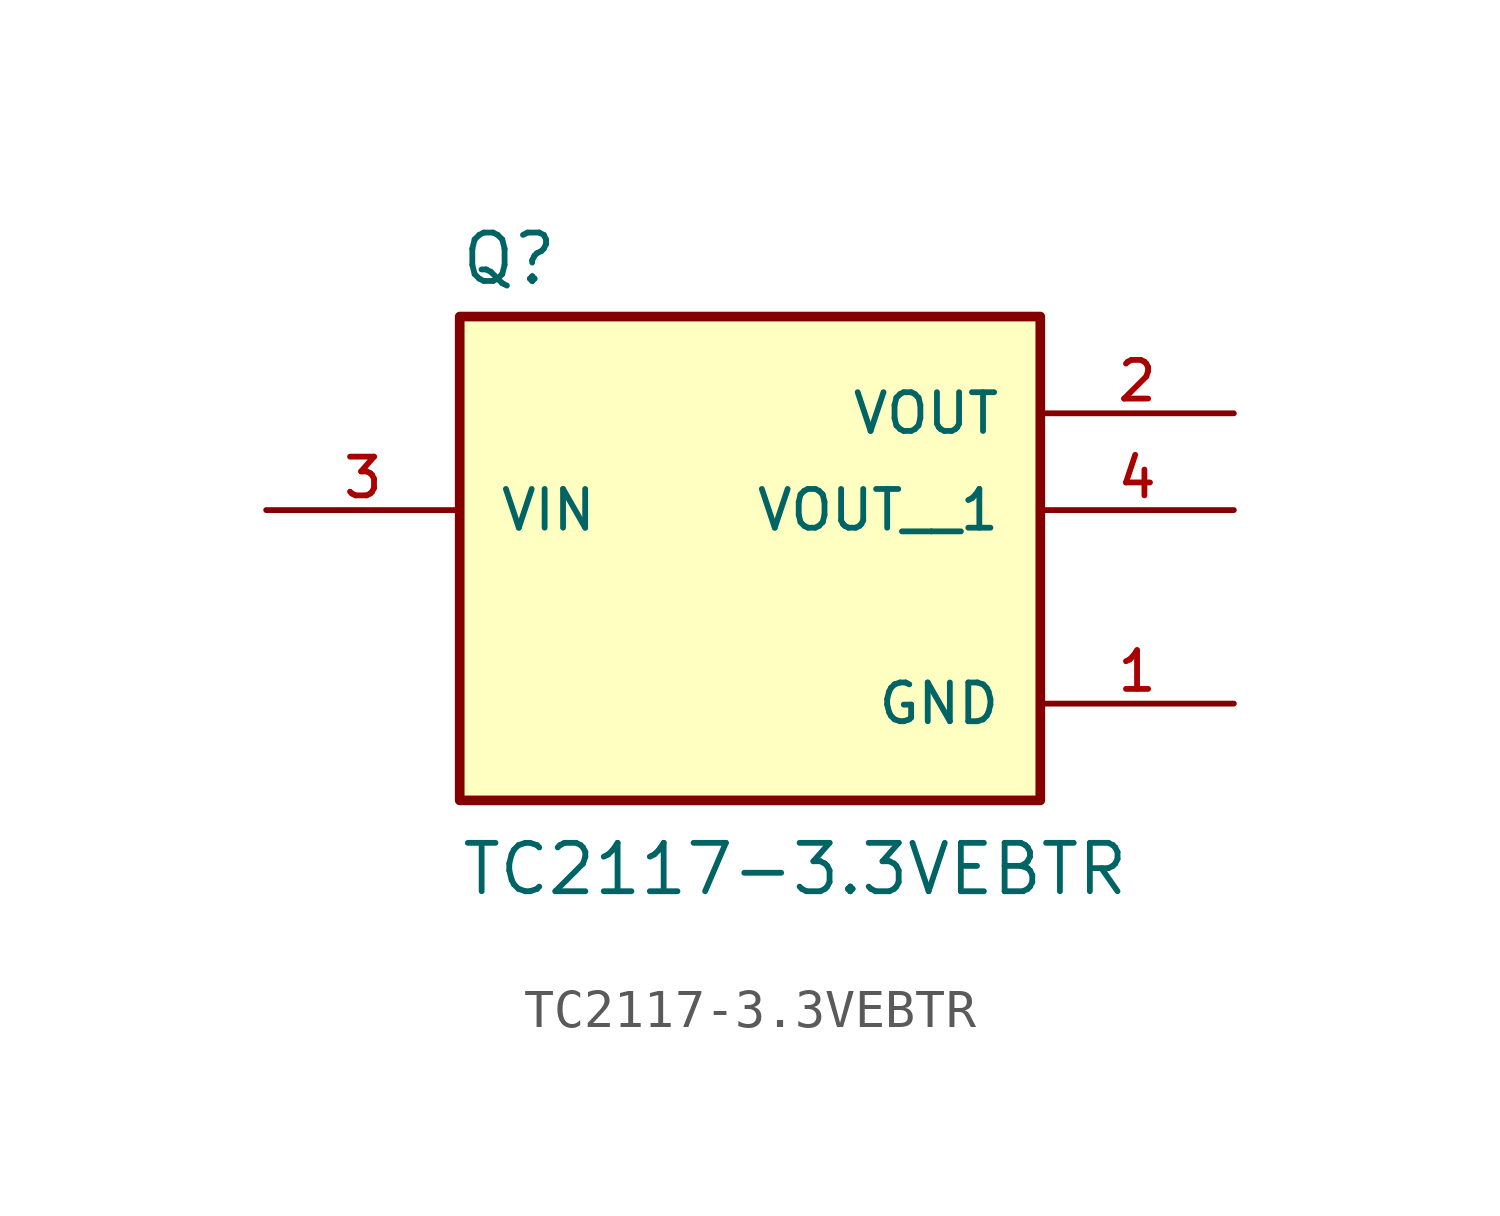
<source format=kicad_sym>
(kicad_symbol_lib
  (version 20211014)
  (generator kicad_symbol_editor)
  (symbol "TC2117-3.3VEBTR"
    (pin_names
      (offset 1.016))
    (property "Reference" "Q"
      (at -7.631 5.851 0)
      (effects (font (size 1.27 1.27)) (justify bottom left)))
    (property "Value" "TC2117-3.3VEBTR"
      (at -7.628 -10.168 0)
      (effects (font (size 1.27 1.27)) (justify bottom left)))
    (symbol "TC2117-3.3VEBTR_0_0"
      (rectangle (start -7.62 -7.62) (end 7.62 5.08) (stroke (width 0.254)) (fill (type background)))
      (pin input line (at -12.7 0.0 0) (length 5.08) (name "VIN" (effects (font (size 1.016 1.016)))) (number "3" (effects (font (size 1.016 1.016)))))
      (pin output line (at 12.7 2.54 180.0) (length 5.08) (name "VOUT" (effects (font (size 1.016 1.016)))) (number "2" (effects (font (size 1.016 1.016)))))
      (pin power_in line (at 12.7 -5.08 180.0) (length 5.08) (name "GND" (effects (font (size 1.016 1.016)))) (number "1" (effects (font (size 1.016 1.016)))))
      (pin output line (at 12.7 0.0 180.0) (length 5.08) (name "VOUT__1" (effects (font (size 1.016 1.016)))) (number "4" (effects (font (size 1.016 1.016))))))))
</source>
